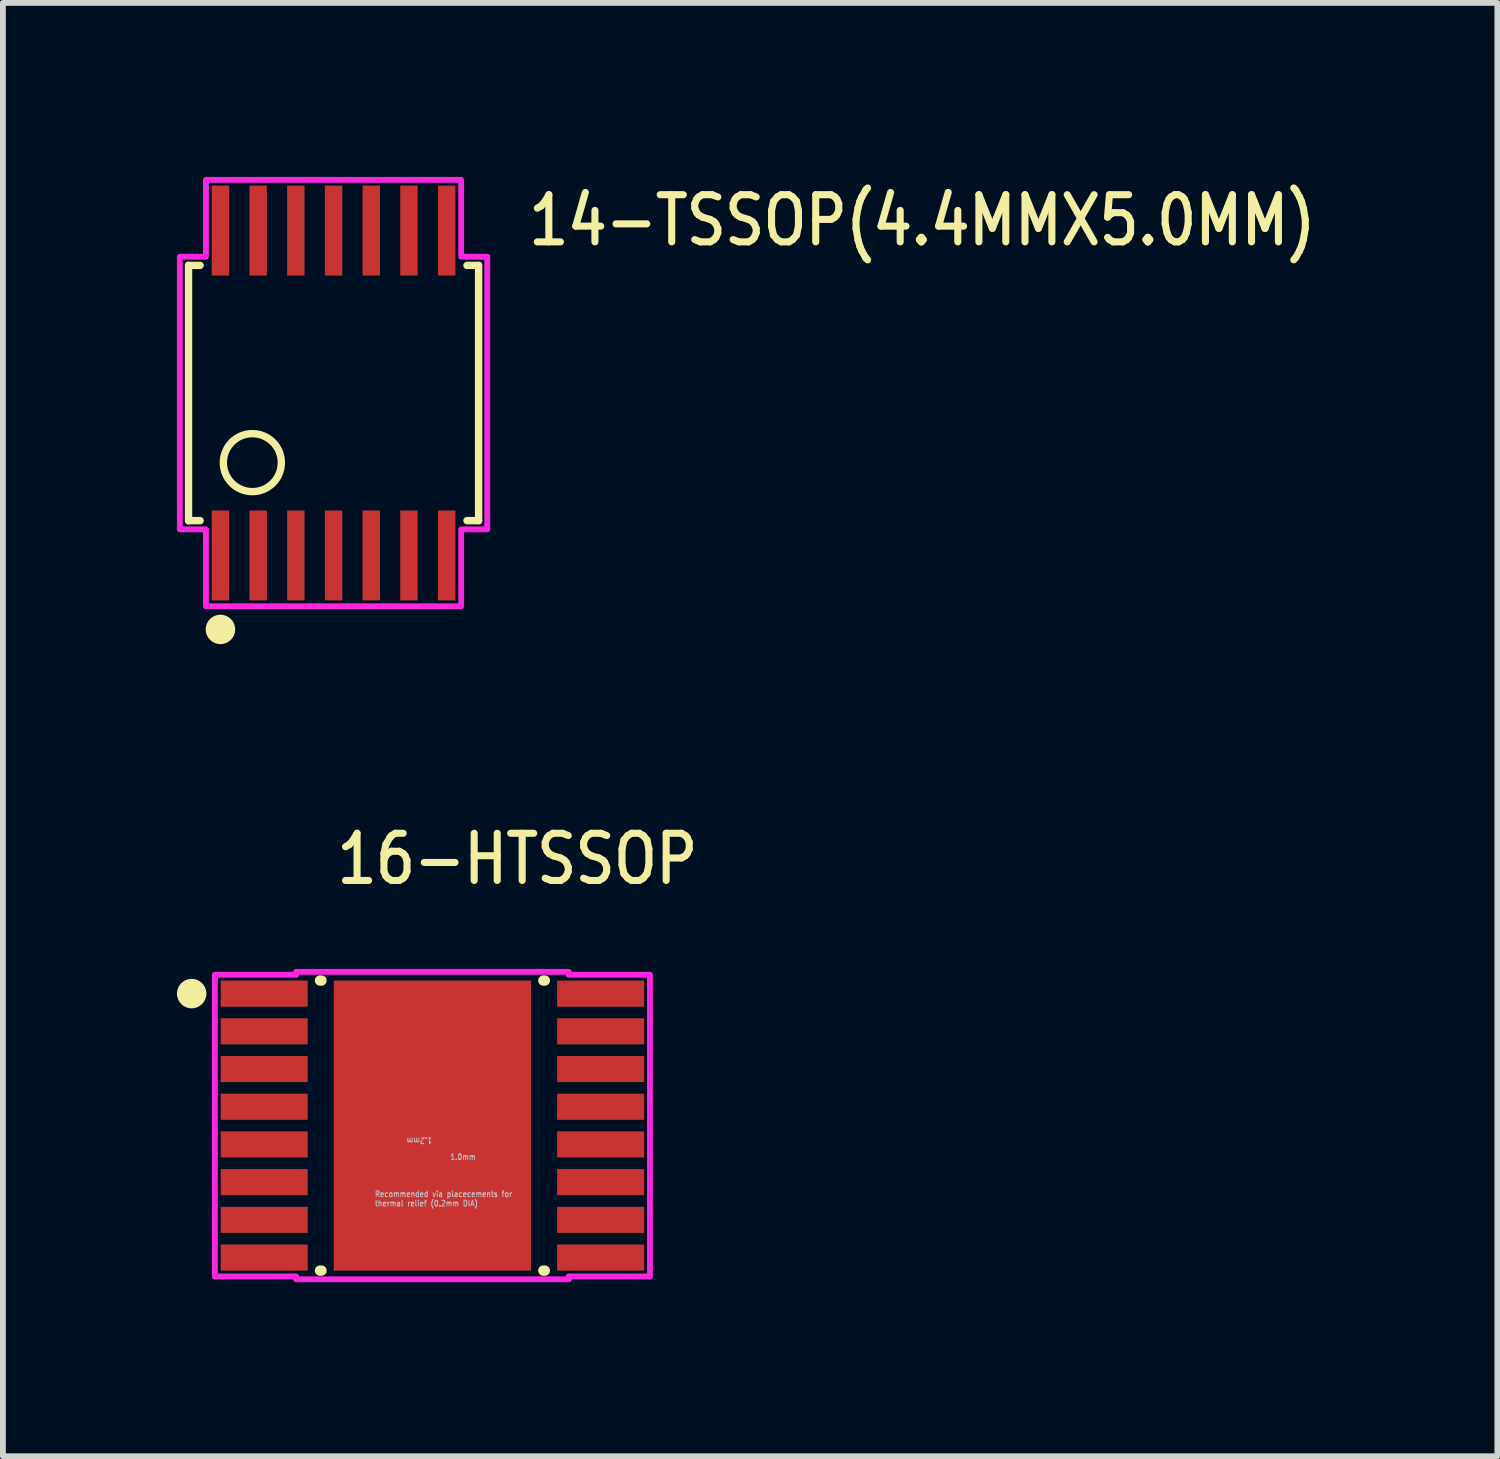
<source format=kicad_pcb>
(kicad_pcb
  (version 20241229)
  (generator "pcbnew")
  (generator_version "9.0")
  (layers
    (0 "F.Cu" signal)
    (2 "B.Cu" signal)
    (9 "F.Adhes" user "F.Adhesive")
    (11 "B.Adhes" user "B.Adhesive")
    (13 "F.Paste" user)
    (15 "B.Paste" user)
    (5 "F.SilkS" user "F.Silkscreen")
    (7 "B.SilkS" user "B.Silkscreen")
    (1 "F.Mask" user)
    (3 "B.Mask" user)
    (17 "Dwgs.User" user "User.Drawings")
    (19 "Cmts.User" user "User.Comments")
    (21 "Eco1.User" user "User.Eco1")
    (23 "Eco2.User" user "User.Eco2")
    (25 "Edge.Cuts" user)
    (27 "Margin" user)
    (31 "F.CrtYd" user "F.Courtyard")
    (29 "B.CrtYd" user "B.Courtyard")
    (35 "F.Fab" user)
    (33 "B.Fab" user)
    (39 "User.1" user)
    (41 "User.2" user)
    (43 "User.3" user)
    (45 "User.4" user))
  (footprint "16-HTSSOP"
    (layer "F.Cu")
    (at 4.404 16.353)
    (property "Reference" "16-HTSSOP" (at -1.71 -4.12 0) (unlocked yes) (layer "F.SilkS") (effects (font (size 0.813 0.695) (thickness 0.122)) (justify left bottom)))
    (fp_poly (pts (xy -1.23 -1.155) (xy 1.23 -1.155) (xy 1.23 1.155) (xy -1.23 1.155)) (stroke (width 0) (type solid)) (fill yes) (layer "F.Mask"))
    (fp_line (start -1.938 -2.5) (end -1.912 -2.5) (stroke (width 0.178) (type solid)) (layer "F.SilkS"))
    (fp_line (start -1.938 2.5) (end -1.912 2.5) (stroke (width 0.178) (type solid)) (layer "F.SilkS"))
    (fp_line (start 1.912 -2.5) (end 1.938 -2.5) (stroke (width 0.178) (type solid)) (layer "F.SilkS"))
    (fp_line (start 1.912 2.5) (end 1.938 2.5) (stroke (width 0.178) (type solid)) (layer "F.SilkS"))
    (fp_circle (center -4.15 -2.275) (end -3.896 -2.275) (stroke (width 0) (type solid)) (fill yes) (layer "F.SilkS"))
    (fp_poly (pts (xy -1.375 -1.29) (xy -1.375 1.29) (xy 1.375 1.29) (xy 1.375 -1.29)) (stroke (width 0) (type solid)) (fill yes) (layer "F.Paste"))
    (fp_line (start -0.1 0.5) (end 0 0.6) (stroke (width 0.000009) (type solid)) (layer "Dwgs.User"))
    (fp_line (start 0 -0.6) (end -0.1 -0.5) (stroke (width 0.000009) (type solid)) (layer "Dwgs.User"))
    (fp_line (start 0 -0.6) (end 0.1 -0.5) (stroke (width 0.000009) (type solid)) (layer "Dwgs.User"))
    (fp_line (start 0 0.6) (end 0 -0.6) (stroke (width 0.000009) (type solid)) (layer "Dwgs.User"))
    (fp_line (start 0 0.6) (end 0.1 0.5) (stroke (width 0.000009) (type solid)) (layer "Dwgs.User"))
    (fp_line (start 0 0.6) (end 0.1 0.7) (stroke (width 0.000009) (type solid)) (layer "Dwgs.User"))
    (fp_line (start 0 0.6) (end 1 0.6) (stroke (width 0.000009) (type solid)) (layer "Dwgs.User"))
    (fp_line (start 1 0.6) (end 0.9 0.5) (stroke (width 0.000009) (type solid)) (layer "Dwgs.User"))
    (fp_line (start 1 0.6) (end 0.9 0.7) (stroke (width 0.000009) (type solid)) (layer "Dwgs.User"))
    (fp_circle (center -1 -1.8) (end -0.9 -1.8) (stroke (width 0.000009) (type solid)) (fill no) (layer "Dwgs.User"))
    (fp_circle (center -1 -0.6) (end -0.9 -0.6) (stroke (width 0.000009) (type solid)) (fill no) (layer "Dwgs.User"))
    (fp_circle (center -1 0.6) (end -0.9 0.6) (stroke (width 0.000009) (type solid)) (fill no) (layer "Dwgs.User"))
    (fp_circle (center -1 1.8) (end -0.9 1.8) (stroke (width 0.000009) (type solid)) (fill no) (layer "Dwgs.User"))
    (fp_circle (center 0 -1.8) (end 0.1 -1.8) (stroke (width 0.000009) (type solid)) (fill no) (layer "Dwgs.User"))
    (fp_circle (center 0 -0.6) (end 0.1 -0.6) (stroke (width 0.000009) (type solid)) (fill no) (layer "Dwgs.User"))
    (fp_circle (center 0 0.6) (end 0.1 0.6) (stroke (width 0.000009) (type solid)) (fill no) (layer "Dwgs.User"))
    (fp_circle (center 0 1.8) (end 0.1 1.8) (stroke (width 0.000009) (type solid)) (fill no) (layer "Dwgs.User"))
    (fp_circle (center 1 -1.8) (end 1.1 -1.8) (stroke (width 0.000009) (type solid)) (fill no) (layer "Dwgs.User"))
    (fp_circle (center 1 -0.6) (end 1.1 -0.6) (stroke (width 0.000009) (type solid)) (fill no) (layer "Dwgs.User"))
    (fp_circle (center 1 0.6) (end 1.1 0.6) (stroke (width 0.000009) (type solid)) (fill no) (layer "Dwgs.User"))
    (fp_circle (center 1 1.8) (end 1.1 1.8) (stroke (width 0.000009) (type solid)) (fill no) (layer "Dwgs.User"))
    (fp_poly (pts (xy -3.75 2.6) (xy -2.35 2.6) (xy -2.35 2.65) (xy 2.35 2.65) (xy 2.35 2.6) (xy 3.75 2.6) (xy 3.75 -2.6) (xy 2.35 -2.6) (xy 2.35 -2.65) (xy -2.35 -2.65) (xy -2.35 -2.6) (xy -3.75 -2.6)) (stroke (width 0.1) (type solid)) (fill no) (layer "F.CrtYd"))
    (fp_text user "1.0mm" (at 0.3 0.6 0) (unlocked yes) (layer "Dwgs.User") (effects (font (size 0.1 0.086) (thickness 0.015)) (justify left bottom)))
    (fp_text user "Recommended via placecements for \nthermal relief (0.2mm DIA)" (at -1 1.4 0) (unlocked yes) (layer "Dwgs.User") (effects (font (size 0.1 0.086) (thickness 0.015)) (justify left bottom)))
    (fp_text user "1.2mm" (at 0 0.2 180) (unlocked yes) (layer "Dwgs.User") (effects (font (size 0.1 0.086) (thickness 0.015)) (justify left bottom)))
    (pad "1" smd rect (at -2.9 -2.275) (size 1.5 0.45) (layers "F.Cu" "F.Mask" "F.Paste"))
    (pad "2" smd rect (at -2.9 -1.625) (size 1.5 0.45) (layers "F.Cu" "F.Mask" "F.Paste"))
    (pad "3" smd rect (at -2.9 -0.975) (size 1.5 0.45) (layers "F.Cu" "F.Mask" "F.Paste"))
    (pad "4" smd rect (at -2.9 -0.325) (size 1.5 0.45) (layers "F.Cu" "F.Mask" "F.Paste"))
    (pad "5" smd rect (at -2.9 0.325) (size 1.5 0.45) (layers "F.Cu" "F.Mask" "F.Paste"))
    (pad "6" smd rect (at -2.9 0.975) (size 1.5 0.45) (layers "F.Cu" "F.Mask" "F.Paste"))
    (pad "7" smd rect (at -2.9 1.625) (size 1.5 0.45) (layers "F.Cu" "F.Mask" "F.Paste"))
    (pad "8" smd rect (at -2.9 2.275) (size 1.5 0.45) (layers "F.Cu" "F.Mask" "F.Paste"))
    (pad "9" smd rect (at 2.9 2.275) (size 1.5 0.45) (layers "F.Cu" "F.Mask" "F.Paste"))
    (pad "10" smd rect (at 2.9 1.625) (size 1.5 0.45) (layers "F.Cu" "F.Mask" "F.Paste"))
    (pad "11" smd rect (at 2.9 0.975) (size 1.5 0.45) (layers "F.Cu" "F.Mask" "F.Paste"))
    (pad "12" smd rect (at 2.9 0.325) (size 1.5 0.45) (layers "F.Cu" "F.Mask" "F.Paste"))
    (pad "13" smd rect (at 2.9 -0.325) (size 1.5 0.45) (layers "F.Cu" "F.Mask" "F.Paste"))
    (pad "14" smd rect (at 2.9 -0.975) (size 1.5 0.45) (layers "F.Cu" "F.Mask" "F.Paste"))
    (pad "15" smd rect (at 2.9 -1.625) (size 1.5 0.45) (layers "F.Cu" "F.Mask" "F.Paste"))
    (pad "16" smd rect (at 2.9 -2.275) (size 1.5 0.45) (layers "F.Cu" "F.Mask" "F.Paste"))
    (pad "17" smd rect (at 0 0) (size 3.4 5) (layers "F.Cu")))
  (footprint "14-TSSOP(4.4MMX5.0MM)"
    (layer "F.Cu")
    (at 2.7 3.725)
    (property "Reference" "14-TSSOP(4.4MMX5.0MM)" (at 3.3 -2.5 0) (unlocked yes) (layer "F.SilkS") (effects (font (size 0.813 0.695) (thickness 0.122)) (justify left bottom)))
    (fp_line (start -2.5 2.2) (end -2.5 -2.2) (stroke (width 0.127) (type solid)) (layer "F.SilkS"))
    (fp_line (start -2.5 2.2) (end -2.3 2.2) (stroke (width 0.127) (type solid)) (layer "F.SilkS"))
    (fp_line (start -2.3 -2.2) (end -2.5 -2.2) (stroke (width 0.127) (type solid)) (layer "F.SilkS"))
    (fp_line (start 2.3 2.2) (end 2.5 2.2) (stroke (width 0.127) (type solid)) (layer "F.SilkS"))
    (fp_line (start 2.5 -2.2) (end 2.3 -2.2) (stroke (width 0.127) (type solid)) (layer "F.SilkS"))
    (fp_line (start 2.5 -2.2) (end 2.5 2.2) (stroke (width 0.127) (type solid)) (layer "F.SilkS"))
    (fp_circle (center -1.95 4.075) (end -1.696 4.075) (stroke (width 0) (type solid)) (fill yes) (layer "F.SilkS"))
    (fp_circle (center -1.4 1.2) (end -0.9 1.2) (stroke (width 0.127) (type solid)) (fill no) (layer "F.SilkS"))
    (fp_poly (pts (xy -2.2 -3.675) (xy 2.2 -3.675) (xy 2.2 -2.35) (xy 2.65 -2.35) (xy 2.65 2.35) (xy 2.2 2.35) (xy 2.2 3.675) (xy -2.2 3.675) (xy -2.2 2.35) (xy -2.65 2.35) (xy -2.65 -2.35) (xy -2.2 -2.35)) (stroke (width 0.1) (type solid)) (fill no) (layer "F.CrtYd"))
    (pad "1" smd rect (at -1.95 2.8) (size 0.3 1.55) (layers "F.Cu" "F.Mask" "F.Paste"))
    (pad "2" smd rect (at -1.3 2.8) (size 0.3 1.55) (layers "F.Cu" "F.Mask" "F.Paste"))
    (pad "3" smd rect (at -0.65 2.8) (size 0.3 1.55) (layers "F.Cu" "F.Mask" "F.Paste"))
    (pad "4" smd rect (at 0 2.8) (size 0.3 1.55) (layers "F.Cu" "F.Mask" "F.Paste"))
    (pad "5" smd rect (at 0.65 2.8) (size 0.3 1.55) (layers "F.Cu" "F.Mask" "F.Paste"))
    (pad "6" smd rect (at 1.3 2.8) (size 0.3 1.55) (layers "F.Cu" "F.Mask" "F.Paste"))
    (pad "7" smd rect (at 1.95 2.8) (size 0.3 1.55) (layers "F.Cu" "F.Mask" "F.Paste"))
    (pad "8" smd rect (at 1.95 -2.8) (size 0.3 1.55) (layers "F.Cu" "F.Mask" "F.Paste"))
    (pad "9" smd rect (at 1.3 -2.8) (size 0.3 1.55) (layers "F.Cu" "F.Mask" "F.Paste"))
    (pad "10" smd rect (at 0.65 -2.8) (size 0.3 1.55) (layers "F.Cu" "F.Mask" "F.Paste"))
    (pad "11" smd rect (at 0 -2.8) (size 0.3 1.55) (layers "F.Cu" "F.Mask" "F.Paste"))
    (pad "12" smd rect (at -0.65 -2.8) (size 0.3 1.55) (layers "F.Cu" "F.Mask" "F.Paste"))
    (pad "13" smd rect (at -1.3 -2.8) (size 0.3 1.55) (layers "F.Cu" "F.Mask" "F.Paste"))
    (pad "14" smd rect (at -1.95 -2.8) (size 0.3 1.55) (layers "F.Cu" "F.Mask" "F.Paste")))
  (gr_rect
    (start -3 -3)
    (end 22.762 22.053)
    (stroke (width 0.1) (type default))
    (fill no)
    (layer "Edge.Cuts")))
</source>
